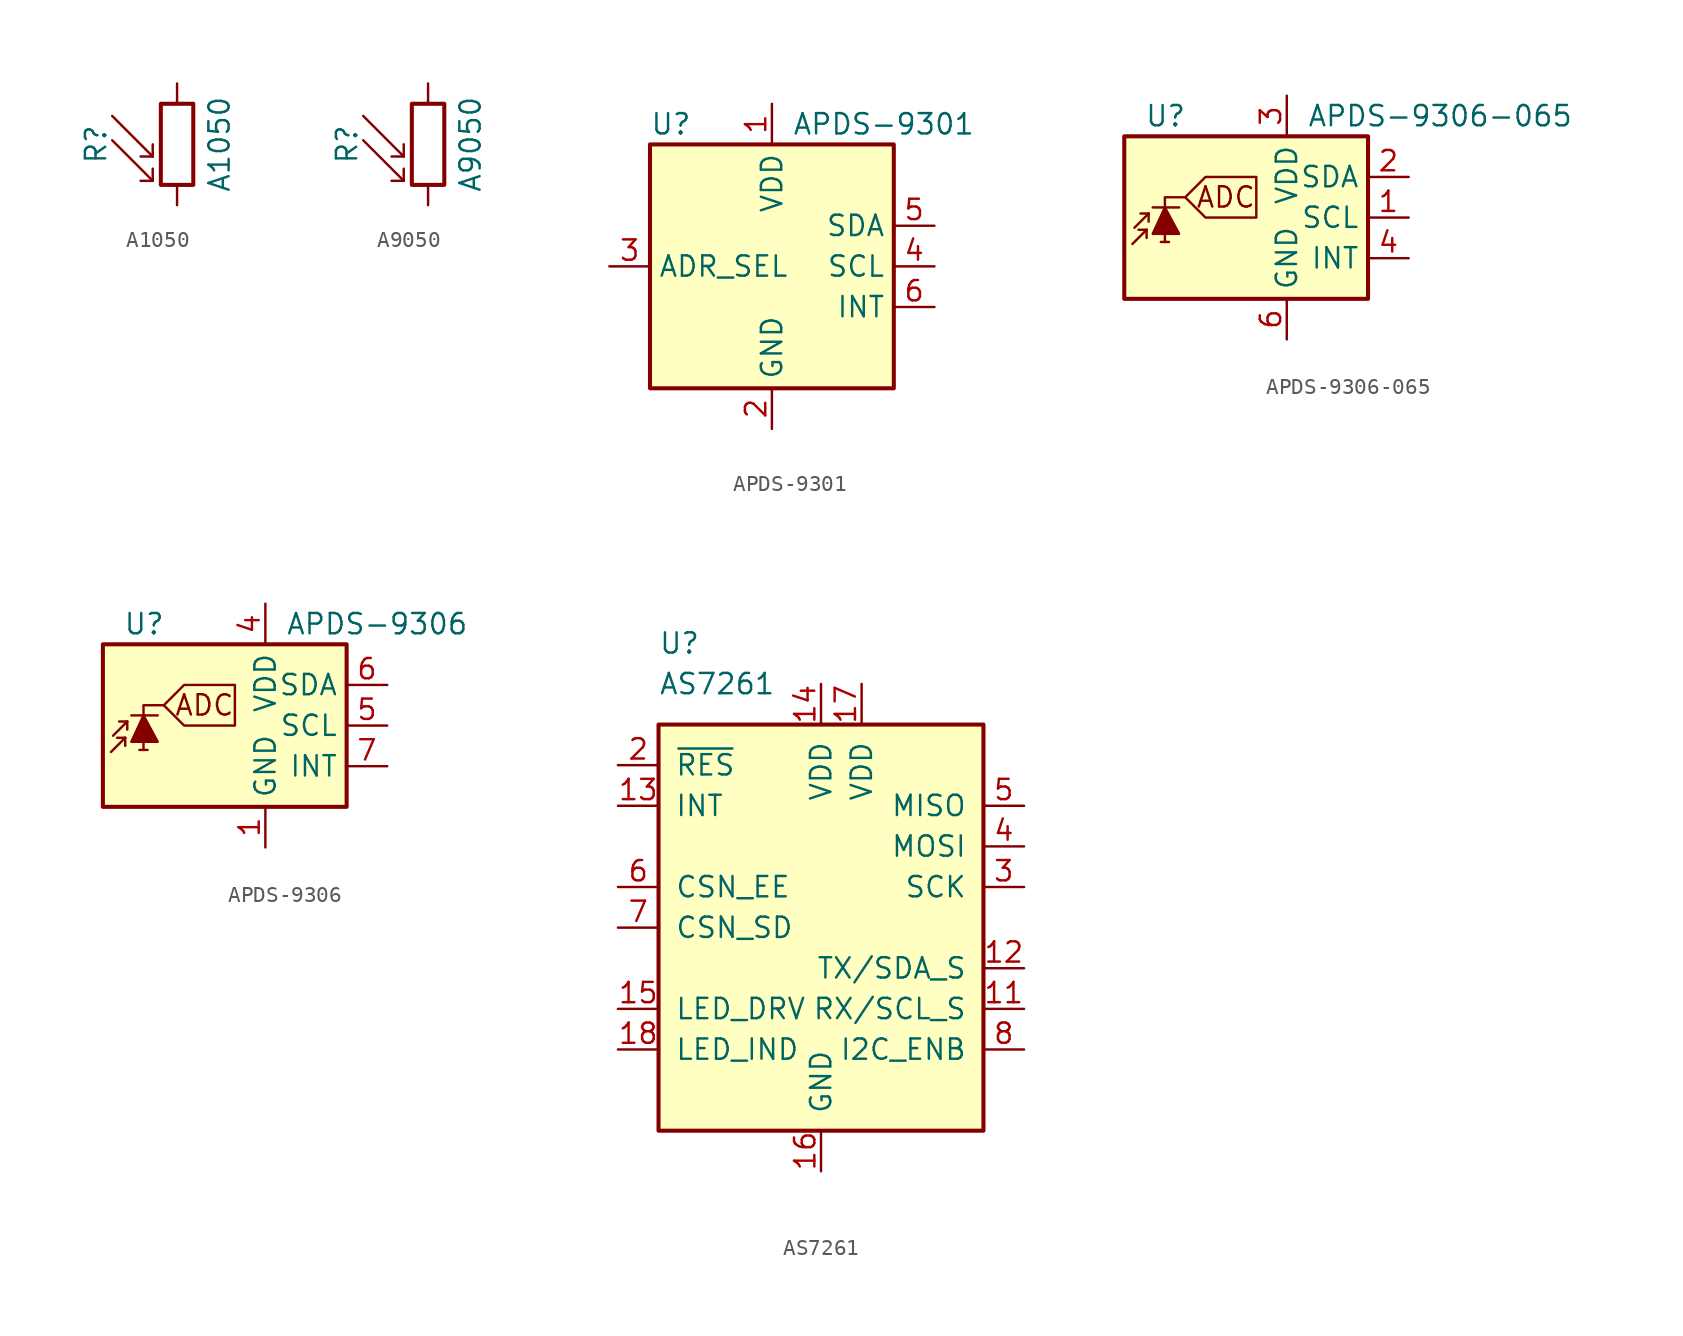
<source format=kicad_sym>
(kicad_symbol_lib
  (version 20201005)
  (generator kicad_symbol_editor)
  (symbol "Sensor_Optical:A1050"
    (pin_numbers hide)
    (pin_names
      (offset 0))
    (property "Reference" "R"
      (at -5.08 0 90)
      (effects (font (size 1.27 1.27))))
    (property "Value" "A1050"
      (at 1.905 0 90)
      (effects (font (size 1.27 1.27)) (justify top)))
    (symbol "A1050_0_1"
      (rectangle (start -1.016 2.54) (end 1.016 -2.54) (stroke (width 0.254)) (fill (type none)))
      (polyline (pts (xy -1.524 -2.286) (xy -4.064 0.254)) (stroke (width 0)) (fill (type none)))
      (polyline (pts (xy -1.524 -2.286) (xy -2.286 -2.286)) (stroke (width 0)) (fill (type none)))
      (polyline (pts (xy -1.524 -2.286) (xy -1.524 -1.524)) (stroke (width 0)) (fill (type none)))
      (polyline (pts (xy -1.524 -0.762) (xy -4.064 1.778)) (stroke (width 0)) (fill (type none)))
      (polyline (pts (xy -1.524 -0.762) (xy -2.286 -0.762)) (stroke (width 0)) (fill (type none)))
      (polyline (pts (xy -1.524 -0.762) (xy -1.524 0)) (stroke (width 0)) (fill (type none))))
    (symbol "A1050_1_1"
      (pin passive line (at 0 3.81 270) (length 1.27) (name "~" (effects (font (size 1.27 1.27)))) (number "1" (effects (font (size 1.27 1.27)))))
      (pin passive line (at 0 -3.81 90) (length 1.27) (name "~" (effects (font (size 1.27 1.27)))) (number "2" (effects (font (size 1.27 1.27)))))))
  (symbol "Sensor_Optical:A9050"
    (pin_numbers hide)
    (pin_names
      (offset 0))
    (property "Reference" "R"
      (at -5.08 0 90)
      (effects (font (size 1.27 1.27))))
    (property "Value" "A9050"
      (at 1.905 0 90)
      (effects (font (size 1.27 1.27)) (justify top)))
    (symbol "A9050_0_1"
      (rectangle (start -1.016 2.54) (end 1.016 -2.54) (stroke (width 0.254)) (fill (type none)))
      (polyline (pts (xy -1.524 -2.286) (xy -4.064 0.254)) (stroke (width 0)) (fill (type none)))
      (polyline (pts (xy -1.524 -2.286) (xy -2.286 -2.286)) (stroke (width 0)) (fill (type none)))
      (polyline (pts (xy -1.524 -2.286) (xy -1.524 -1.524)) (stroke (width 0)) (fill (type none)))
      (polyline (pts (xy -1.524 -0.762) (xy -4.064 1.778)) (stroke (width 0)) (fill (type none)))
      (polyline (pts (xy -1.524 -0.762) (xy -2.286 -0.762)) (stroke (width 0)) (fill (type none)))
      (polyline (pts (xy -1.524 -0.762) (xy -1.524 0)) (stroke (width 0)) (fill (type none))))
    (symbol "A9050_1_1"
      (pin passive line (at 0 3.81 270) (length 1.27) (name "~" (effects (font (size 1.27 1.27)))) (number "1" (effects (font (size 1.27 1.27)))))
      (pin passive line (at 0 -3.81 90) (length 1.27) (name "~" (effects (font (size 1.27 1.27)))) (number "2" (effects (font (size 1.27 1.27)))))))
  (symbol "Sensor_Optical:APDS-9301"
    (property "Reference" "U"
      (at -7.62 8.89 0)
      (effects (font (size 1.27 1.27)) (justify left)))
    (property "Value" "APDS-9301"
      (at 1.27 8.89 0)
      (effects (font (size 1.27 1.27)) (justify left)))
    (symbol "APDS-9301_0_1"
      (rectangle (start -7.62 7.62) (end 7.62 -7.62) (stroke (width 0.254)) (fill (type background))))
    (symbol "APDS-9301_1_1"
      (pin power_in line (at 0 10.16 270) (length 2.54) (name "VDD" (effects (font (size 1.27 1.27)))) (number "1" (effects (font (size 1.27 1.27)))))
      (pin power_in line (at 0 -10.16 90) (length 2.54) (name "GND" (effects (font (size 1.27 1.27)))) (number "2" (effects (font (size 1.27 1.27)))))
      (pin input line (at -10.16 0 0) (length 2.54) (name "ADR_SEL" (effects (font (size 1.27 1.27)))) (number "3" (effects (font (size 1.27 1.27)))))
      (pin input line (at 10.16 0 180) (length 2.54) (name "SCL" (effects (font (size 1.27 1.27)))) (number "4" (effects (font (size 1.27 1.27)))))
      (pin bidirectional line (at 10.16 2.54 180) (length 2.54) (name "SDA" (effects (font (size 1.27 1.27)))) (number "5" (effects (font (size 1.27 1.27)))))
      (pin open_collector line (at 10.16 -2.54 180) (length 2.54) (name "INT" (effects (font (size 1.27 1.27)))) (number "6" (effects (font (size 1.27 1.27)))))))
  (symbol "Sensor_Optical:APDS-9306-065"
    (property "Reference" "U"
      (at -6.35 6.35 0)
      (effects (font (size 1.27 1.27)) (justify left)))
    (property "Value" "APDS-9306-065"
      (at 3.81 6.35 0)
      (effects (font (size 1.27 1.27)) (justify left)))
    (symbol "APDS-9306-065_0_0"
      (text "ADC" (at -1.27 1.27 0) (effects (font (size 1.27 1.27))))
      (polyline (pts (xy -3.81 1.27) (xy -2.54 2.54) (xy 0.635 2.54) (xy 0.635 0) (xy -2.54 0) (xy -3.81 1.27)) (stroke (width 0)) (fill (type none))))
    (symbol "APDS-9306-065_0_1"
      (rectangle (start -7.62 5.08) (end 7.62 -5.08) (stroke (width 0.254)) (fill (type background))))
    (symbol "APDS-9306-065_1_0"
      (polyline (pts (xy -5.08 -1.524) (xy -5.08 1.27) (xy -3.81 1.27)) (stroke (width 0)) (fill (type none))))
    (symbol "APDS-9306-065_1_1"
      (polyline (pts (xy -6.223 -0.762) (xy -7.112 -1.651)) (stroke (width 0)) (fill (type none)))
      (polyline (pts (xy -6.223 -0.762) (xy -6.731 -0.762)) (stroke (width 0)) (fill (type none)))
      (polyline (pts (xy -6.223 -0.762) (xy -6.223 -1.27)) (stroke (width 0)) (fill (type none)))
      (polyline (pts (xy -6.096 0.254) (xy -6.985 -0.635)) (stroke (width 0)) (fill (type none)))
      (polyline (pts (xy -6.096 0.254) (xy -6.604 0.254)) (stroke (width 0)) (fill (type none)))
      (polyline (pts (xy -6.096 0.254) (xy -6.096 -0.254)) (stroke (width 0)) (fill (type none)))
      (polyline (pts (xy -5.842 0.635) (xy -4.191 0.635)) (stroke (width 0)) (fill (type none)))
      (polyline (pts (xy -4.826 -1.524) (xy -5.334 -1.524)) (stroke (width 0)) (fill (type none)))
      (polyline (pts (xy -5.842 -1.016) (xy -4.191 -1.016) (xy -5.08 0.635) (xy -5.842 -1.016)) (stroke (width 0)) (fill (type outline)))
      (pin input line (at 10.16 0 180) (length 2.54) (name "SCL" (effects (font (size 1.27 1.27)))) (number "1" (effects (font (size 1.27 1.27)))))
      (pin bidirectional line (at 10.16 2.54 180) (length 2.54) (name "SDA" (effects (font (size 1.27 1.27)))) (number "2" (effects (font (size 1.27 1.27)))))
      (pin power_in line (at 2.54 7.62 270) (length 2.54) (name "VDD" (effects (font (size 1.27 1.27)))) (number "3" (effects (font (size 1.27 1.27)))))
      (pin open_collector line (at 10.16 -2.54 180) (length 2.54) (name "INT" (effects (font (size 1.27 1.27)))) (number "4" (effects (font (size 1.27 1.27)))))
      (pin no_connect line (at -7.62 2.54 0) (length 2.54) hide (name "NC" (effects (font (size 1.27 1.27)))) (number "5" (effects (font (size 1.27 1.27)))))
      (pin power_in line (at 2.54 -7.62 90) (length 2.54) (name "GND" (effects (font (size 1.27 1.27)))) (number "6" (effects (font (size 1.27 1.27)))))))
  (symbol "Sensor_Optical:APDS-9306"
    (property "Reference" "U"
      (at -6.35 6.35 0)
      (effects (font (size 1.27 1.27)) (justify left)))
    (property "Value" "APDS-9306"
      (at 3.81 6.35 0)
      (effects (font (size 1.27 1.27)) (justify left)))
    (symbol "APDS-9306_0_0"
      (text "ADC" (at -1.27 1.27 0) (effects (font (size 1.27 1.27))))
      (polyline (pts (xy -3.81 1.27) (xy -2.54 2.54) (xy 0.635 2.54) (xy 0.635 0) (xy -2.54 0) (xy -3.81 1.27)) (stroke (width 0)) (fill (type none))))
    (symbol "APDS-9306_0_1"
      (rectangle (start -7.62 5.08) (end 7.62 -5.08) (stroke (width 0.254)) (fill (type background))))
    (symbol "APDS-9306_1_0"
      (polyline (pts (xy -5.08 -1.524) (xy -5.08 1.27) (xy -3.81 1.27)) (stroke (width 0)) (fill (type none))))
    (symbol "APDS-9306_1_1"
      (polyline (pts (xy -6.223 -0.762) (xy -7.112 -1.651)) (stroke (width 0)) (fill (type none)))
      (polyline (pts (xy -6.223 -0.762) (xy -6.731 -0.762)) (stroke (width 0)) (fill (type none)))
      (polyline (pts (xy -6.223 -0.762) (xy -6.223 -1.27)) (stroke (width 0)) (fill (type none)))
      (polyline (pts (xy -6.096 0.254) (xy -6.985 -0.635)) (stroke (width 0)) (fill (type none)))
      (polyline (pts (xy -6.096 0.254) (xy -6.604 0.254)) (stroke (width 0)) (fill (type none)))
      (polyline (pts (xy -6.096 0.254) (xy -6.096 -0.254)) (stroke (width 0)) (fill (type none)))
      (polyline (pts (xy -5.842 0.635) (xy -4.191 0.635)) (stroke (width 0)) (fill (type none)))
      (polyline (pts (xy -4.826 -1.524) (xy -5.334 -1.524)) (stroke (width 0)) (fill (type none)))
      (polyline (pts (xy -5.842 -1.016) (xy -4.191 -1.016) (xy -5.08 0.635) (xy -5.842 -1.016)) (stroke (width 0)) (fill (type outline)))
      (pin power_in line (at 2.54 -7.62 90) (length 2.54) (name "GND" (effects (font (size 1.27 1.27)))) (number "1" (effects (font (size 1.27 1.27)))))
      (pin no_connect line (at -7.62 -5.08 0) (length 2.54) hide (name "NC" (effects (font (size 1.27 1.27)))) (number "2" (effects (font (size 1.27 1.27)))))
      (pin no_connect line (at -7.62 5.08 0) (length 2.54) hide (name "NC" (effects (font (size 1.27 1.27)))) (number "3" (effects (font (size 1.27 1.27)))))
      (pin power_in line (at 2.54 7.62 270) (length 2.54) (name "VDD" (effects (font (size 1.27 1.27)))) (number "4" (effects (font (size 1.27 1.27)))))
      (pin input line (at 10.16 0 180) (length 2.54) (name "SCL" (effects (font (size 1.27 1.27)))) (number "5" (effects (font (size 1.27 1.27)))))
      (pin bidirectional line (at 10.16 2.54 180) (length 2.54) (name "SDA" (effects (font (size 1.27 1.27)))) (number "6" (effects (font (size 1.27 1.27)))))
      (pin open_collector line (at 10.16 -2.54 180) (length 2.54) (name "INT" (effects (font (size 1.27 1.27)))) (number "7" (effects (font (size 1.27 1.27)))))
      (pin no_connect line (at -7.62 2.54 0) (length 2.54) hide (name "NC" (effects (font (size 1.27 1.27)))) (number "8" (effects (font (size 1.27 1.27)))))))
  (symbol "Sensor_Optical:AS7261"
    (pin_names
      (offset 1.016))
    (property "Reference" "U"
      (at -10.16 17.78 0)
      (effects (font (size 1.27 1.27)) (justify left)))
    (property "Value" "AS7261"
      (at -10.16 15.24 0)
      (effects (font (size 1.27 1.27)) (justify left)))
    (symbol "AS7261_0_1"
      (rectangle (start -10.16 12.7) (end 10.16 -12.7) (stroke (width 0.254)) (fill (type background))))
    (symbol "AS7261_1_1"
      (pin no_connect line (at 12.7 10.16 180) (length 2.54) hide (name "NF" (effects (font (size 1.27 1.27)))) (number "1" (effects (font (size 1.27 1.27)))))
      (pin no_connect line (at -12.7 5.08 0) (length 2.54) hide (name "NF" (effects (font (size 1.27 1.27)))) (number "10" (effects (font (size 1.27 1.27)))))
      (pin input line (at 12.7 -5.08 180) (length 2.54) (name "RX/SCL_S" (effects (font (size 1.27 1.27)))) (number "11" (effects (font (size 1.27 1.27)))))
      (pin bidirectional line (at 12.7 -2.54 180) (length 2.54) (name "TX/SDA_S" (effects (font (size 1.27 1.27)))) (number "12" (effects (font (size 1.27 1.27)))))
      (pin input line (at -12.7 7.62 0) (length 2.54) (name "INT" (effects (font (size 1.27 1.27)))) (number "13" (effects (font (size 1.27 1.27)))))
      (pin power_in line (at 0 15.24 270) (length 2.54) (name "VDD" (effects (font (size 1.27 1.27)))) (number "14" (effects (font (size 1.27 1.27)))))
      (pin output line (at -12.7 -5.08 0) (length 2.54) (name "LED_DRV" (effects (font (size 1.27 1.27)))) (number "15" (effects (font (size 1.27 1.27)))))
      (pin power_in line (at 0 -15.24 90) (length 2.54) (name "GND" (effects (font (size 1.27 1.27)))) (number "16" (effects (font (size 1.27 1.27)))))
      (pin power_in line (at 2.54 15.24 270) (length 2.54) (name "VDD" (effects (font (size 1.27 1.27)))) (number "17" (effects (font (size 1.27 1.27)))))
      (pin output line (at -12.7 -7.62 0) (length 2.54) (name "LED_IND" (effects (font (size 1.27 1.27)))) (number "18" (effects (font (size 1.27 1.27)))))
      (pin no_connect line (at -12.7 -2.54 0) (length 2.54) hide (name "NF" (effects (font (size 1.27 1.27)))) (number "19" (effects (font (size 1.27 1.27)))))
      (pin input line (at -12.7 10.16 0) (length 2.54) (name "~RES" (effects (font (size 1.27 1.27)))) (number "2" (effects (font (size 1.27 1.27)))))
      (pin no_connect line (at -12.7 -10.16 0) (length 2.54) hide (name "NF" (effects (font (size 1.27 1.27)))) (number "20" (effects (font (size 1.27 1.27)))))
      (pin input line (at 12.7 2.54 180) (length 2.54) (name "SCK" (effects (font (size 1.27 1.27)))) (number "3" (effects (font (size 1.27 1.27)))))
      (pin bidirectional line (at 12.7 5.08 180) (length 2.54) (name "MOSI" (effects (font (size 1.27 1.27)))) (number "4" (effects (font (size 1.27 1.27)))))
      (pin bidirectional line (at 12.7 7.62 180) (length 2.54) (name "MISO" (effects (font (size 1.27 1.27)))) (number "5" (effects (font (size 1.27 1.27)))))
      (pin input line (at -12.7 2.54 0) (length 2.54) (name "CSN_EE" (effects (font (size 1.27 1.27)))) (number "6" (effects (font (size 1.27 1.27)))))
      (pin input line (at -12.7 0 0) (length 2.54) (name "CSN_SD" (effects (font (size 1.27 1.27)))) (number "7" (effects (font (size 1.27 1.27)))))
      (pin input line (at 12.7 -7.62 180) (length 2.54) (name "I2C_ENB" (effects (font (size 1.27 1.27)))) (number "8" (effects (font (size 1.27 1.27)))))
      (pin no_connect line (at 12.7 -10.16 180) (length 2.54) hide (name "NF" (effects (font (size 1.27 1.27)))) (number "9" (effects (font (size 1.27 1.27))))))))
</source>
